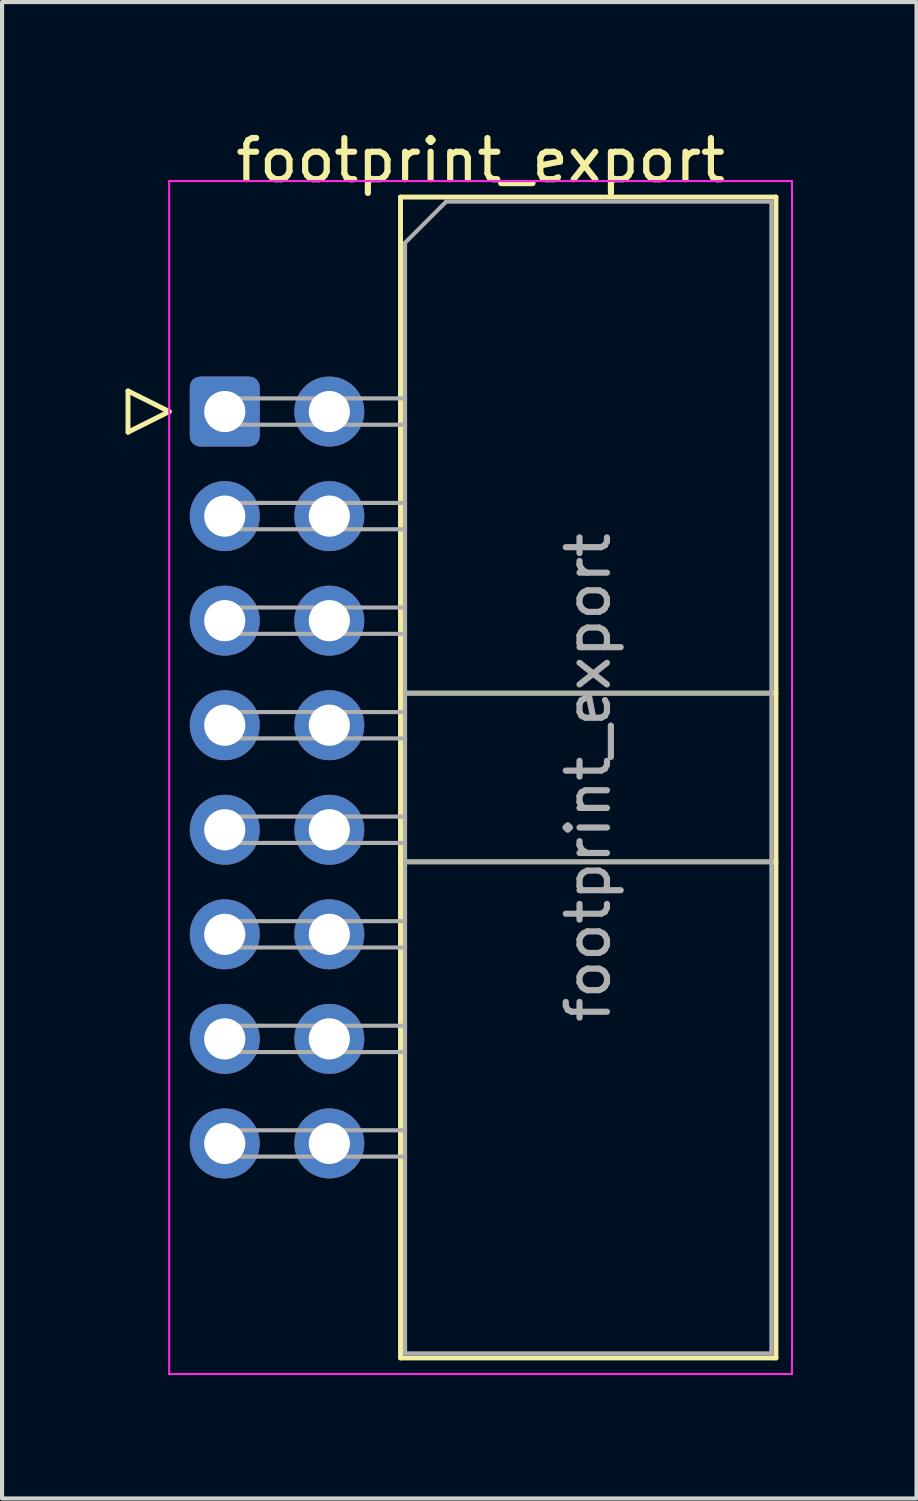
<source format=kicad_pcb>
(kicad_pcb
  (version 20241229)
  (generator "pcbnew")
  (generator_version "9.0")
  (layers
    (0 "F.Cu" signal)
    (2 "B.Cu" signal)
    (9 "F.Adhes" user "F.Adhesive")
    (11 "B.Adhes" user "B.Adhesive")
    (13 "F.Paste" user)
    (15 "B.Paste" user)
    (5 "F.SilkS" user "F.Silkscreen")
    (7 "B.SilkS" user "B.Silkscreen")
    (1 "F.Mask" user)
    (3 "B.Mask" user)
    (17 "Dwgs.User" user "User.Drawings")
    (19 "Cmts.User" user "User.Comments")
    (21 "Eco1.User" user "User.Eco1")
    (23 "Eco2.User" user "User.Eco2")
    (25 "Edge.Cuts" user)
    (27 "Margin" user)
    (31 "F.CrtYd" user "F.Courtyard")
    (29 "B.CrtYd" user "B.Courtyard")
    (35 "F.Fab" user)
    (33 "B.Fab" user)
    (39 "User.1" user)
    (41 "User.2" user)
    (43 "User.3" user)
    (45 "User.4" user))
  (footprint "footprint_export"
    (layer "F.Cu")
    (at 2.41 6.948)
    (property "Reference" "footprint_export" (at 6.215 -6.1 0) (layer "F.SilkS") (effects (font (size 1 1) (thickness 0.15))))
    (attr through_hole)
    (fp_line (start -2.35 -0.5) (end -2.35 0.5) (stroke (width 0.12) (type solid)) (layer "F.SilkS"))
    (fp_line (start -2.35 0.5) (end -1.35 0) (stroke (width 0.12) (type solid)) (layer "F.SilkS"))
    (fp_line (start -1.35 0) (end -2.35 -0.5) (stroke (width 0.12) (type solid)) (layer "F.SilkS"))
    (fp_line (start 4.27 -5.21) (end 13.39 -5.21) (stroke (width 0.12) (type solid)) (layer "F.SilkS"))
    (fp_line (start 4.27 6.84) (end 13.39 6.84) (stroke (width 0.12) (type solid)) (layer "F.SilkS"))
    (fp_line (start 4.27 10.94) (end 13.39 10.94) (stroke (width 0.12) (type solid)) (layer "F.SilkS"))
    (fp_line (start 4.27 22.99) (end 4.27 -5.21) (stroke (width 0.12) (type solid)) (layer "F.SilkS"))
    (fp_line (start 13.39 -5.21) (end 13.39 22.99) (stroke (width 0.12) (type solid)) (layer "F.SilkS"))
    (fp_line (start 13.39 22.99) (end 4.27 22.99) (stroke (width 0.12) (type solid)) (layer "F.SilkS"))
    (fp_line (start -1.35 -5.6) (end -1.35 23.38) (stroke (width 0.05) (type solid)) (layer "F.CrtYd"))
    (fp_line (start -1.35 23.38) (end 13.78 23.38) (stroke (width 0.05) (type solid)) (layer "F.CrtYd"))
    (fp_line (start 13.78 -5.6) (end -1.35 -5.6) (stroke (width 0.05) (type solid)) (layer "F.CrtYd"))
    (fp_line (start 13.78 23.38) (end 13.78 -5.6) (stroke (width 0.05) (type solid)) (layer "F.CrtYd"))
    (fp_line (start -0.32 -0.32) (end -0.32 0.32) (stroke (width 0.1) (type solid)) (layer "F.Fab"))
    (fp_line (start -0.32 0.32) (end 4.38 0.32) (stroke (width 0.1) (type solid)) (layer "F.Fab"))
    (fp_line (start -0.32 2.22) (end -0.32 2.86) (stroke (width 0.1) (type solid)) (layer "F.Fab"))
    (fp_line (start -0.32 2.86) (end 4.38 2.86) (stroke (width 0.1) (type solid)) (layer "F.Fab"))
    (fp_line (start -0.32 4.76) (end -0.32 5.4) (stroke (width 0.1) (type solid)) (layer "F.Fab"))
    (fp_line (start -0.32 5.4) (end 4.38 5.4) (stroke (width 0.1) (type solid)) (layer "F.Fab"))
    (fp_line (start -0.32 7.3) (end -0.32 7.94) (stroke (width 0.1) (type solid)) (layer "F.Fab"))
    (fp_line (start -0.32 7.94) (end 4.38 7.94) (stroke (width 0.1) (type solid)) (layer "F.Fab"))
    (fp_line (start -0.32 9.84) (end -0.32 10.48) (stroke (width 0.1) (type solid)) (layer "F.Fab"))
    (fp_line (start -0.32 10.48) (end 4.38 10.48) (stroke (width 0.1) (type solid)) (layer "F.Fab"))
    (fp_line (start -0.32 12.38) (end -0.32 13.02) (stroke (width 0.1) (type solid)) (layer "F.Fab"))
    (fp_line (start -0.32 13.02) (end 4.38 13.02) (stroke (width 0.1) (type solid)) (layer "F.Fab"))
    (fp_line (start -0.32 14.92) (end -0.32 15.56) (stroke (width 0.1) (type solid)) (layer "F.Fab"))
    (fp_line (start -0.32 15.56) (end 4.38 15.56) (stroke (width 0.1) (type solid)) (layer "F.Fab"))
    (fp_line (start -0.32 17.46) (end -0.32 18.1) (stroke (width 0.1) (type solid)) (layer "F.Fab"))
    (fp_line (start -0.32 18.1) (end 4.38 18.1) (stroke (width 0.1) (type solid)) (layer "F.Fab"))
    (fp_line (start 4.38 -4.1) (end 5.38 -5.1) (stroke (width 0.1) (type solid)) (layer "F.Fab"))
    (fp_line (start 4.38 -0.32) (end -0.32 -0.32) (stroke (width 0.1) (type solid)) (layer "F.Fab"))
    (fp_line (start 4.38 2.22) (end -0.32 2.22) (stroke (width 0.1) (type solid)) (layer "F.Fab"))
    (fp_line (start 4.38 4.76) (end -0.32 4.76) (stroke (width 0.1) (type solid)) (layer "F.Fab"))
    (fp_line (start 4.38 6.84) (end 13.28 6.84) (stroke (width 0.1) (type solid)) (layer "F.Fab"))
    (fp_line (start 4.38 7.3) (end -0.32 7.3) (stroke (width 0.1) (type solid)) (layer "F.Fab"))
    (fp_line (start 4.38 9.84) (end -0.32 9.84) (stroke (width 0.1) (type solid)) (layer "F.Fab"))
    (fp_line (start 4.38 10.94) (end 13.28 10.94) (stroke (width 0.1) (type solid)) (layer "F.Fab"))
    (fp_line (start 4.38 12.38) (end -0.32 12.38) (stroke (width 0.1) (type solid)) (layer "F.Fab"))
    (fp_line (start 4.38 14.92) (end -0.32 14.92) (stroke (width 0.1) (type solid)) (layer "F.Fab"))
    (fp_line (start 4.38 17.46) (end -0.32 17.46) (stroke (width 0.1) (type solid)) (layer "F.Fab"))
    (fp_line (start 4.38 22.88) (end 4.38 -4.1) (stroke (width 0.1) (type solid)) (layer "F.Fab"))
    (fp_line (start 5.38 -5.1) (end 13.28 -5.1) (stroke (width 0.1) (type solid)) (layer "F.Fab"))
    (fp_line (start 13.28 -5.1) (end 13.28 22.88) (stroke (width 0.1) (type solid)) (layer "F.Fab"))
    (fp_line (start 13.28 22.88) (end 4.38 22.88) (stroke (width 0.1) (type solid)) (layer "F.Fab"))
    (fp_text user "${REFERENCE}" (at 8.83 8.89 90) (layer "F.Fab") (effects (font (size 1 1) (thickness 0.15))))
    (pad "1" thru_hole roundrect (at 0 0) (size 1.7 1.7) (drill 1) (layers "*.Cu" "*.Mask") (roundrect_rratio 0.147))
    (pad "2" thru_hole circle (at 2.54 0) (size 1.7 1.7) (drill 1) (layers "*.Cu" "*.Mask"))
    (pad "3" thru_hole circle (at 0 2.54) (size 1.7 1.7) (drill 1) (layers "*.Cu" "*.Mask"))
    (pad "4" thru_hole circle (at 2.54 2.54) (size 1.7 1.7) (drill 1) (layers "*.Cu" "*.Mask"))
    (pad "5" thru_hole circle (at 0 5.08) (size 1.7 1.7) (drill 1) (layers "*.Cu" "*.Mask"))
    (pad "6" thru_hole circle (at 2.54 5.08) (size 1.7 1.7) (drill 1) (layers "*.Cu" "*.Mask"))
    (pad "7" thru_hole circle (at 0 7.62) (size 1.7 1.7) (drill 1) (layers "*.Cu" "*.Mask"))
    (pad "8" thru_hole circle (at 2.54 7.62) (size 1.7 1.7) (drill 1) (layers "*.Cu" "*.Mask"))
    (pad "9" thru_hole circle (at 0 10.16) (size 1.7 1.7) (drill 1) (layers "*.Cu" "*.Mask"))
    (pad "10" thru_hole circle (at 2.54 10.16) (size 1.7 1.7) (drill 1) (layers "*.Cu" "*.Mask"))
    (pad "11" thru_hole circle (at 0 12.7) (size 1.7 1.7) (drill 1) (layers "*.Cu" "*.Mask"))
    (pad "12" thru_hole circle (at 2.54 12.7) (size 1.7 1.7) (drill 1) (layers "*.Cu" "*.Mask"))
    (pad "13" thru_hole circle (at 0 15.24) (size 1.7 1.7) (drill 1) (layers "*.Cu" "*.Mask"))
    (pad "14" thru_hole circle (at 2.54 15.24) (size 1.7 1.7) (drill 1) (layers "*.Cu" "*.Mask"))
    (pad "15" thru_hole circle (at 0 17.78) (size 1.7 1.7) (drill 1) (layers "*.Cu" "*.Mask"))
    (pad "16" thru_hole circle (at 2.54 17.78) (size 1.7 1.7) (drill 1) (layers "*.Cu" "*.Mask")))
  (gr_rect
    (start -3 -3)
    (end 19.215 33.353)
    (stroke (width 0.1) (type default))
    (fill no)
    (layer "Edge.Cuts")))
</source>
